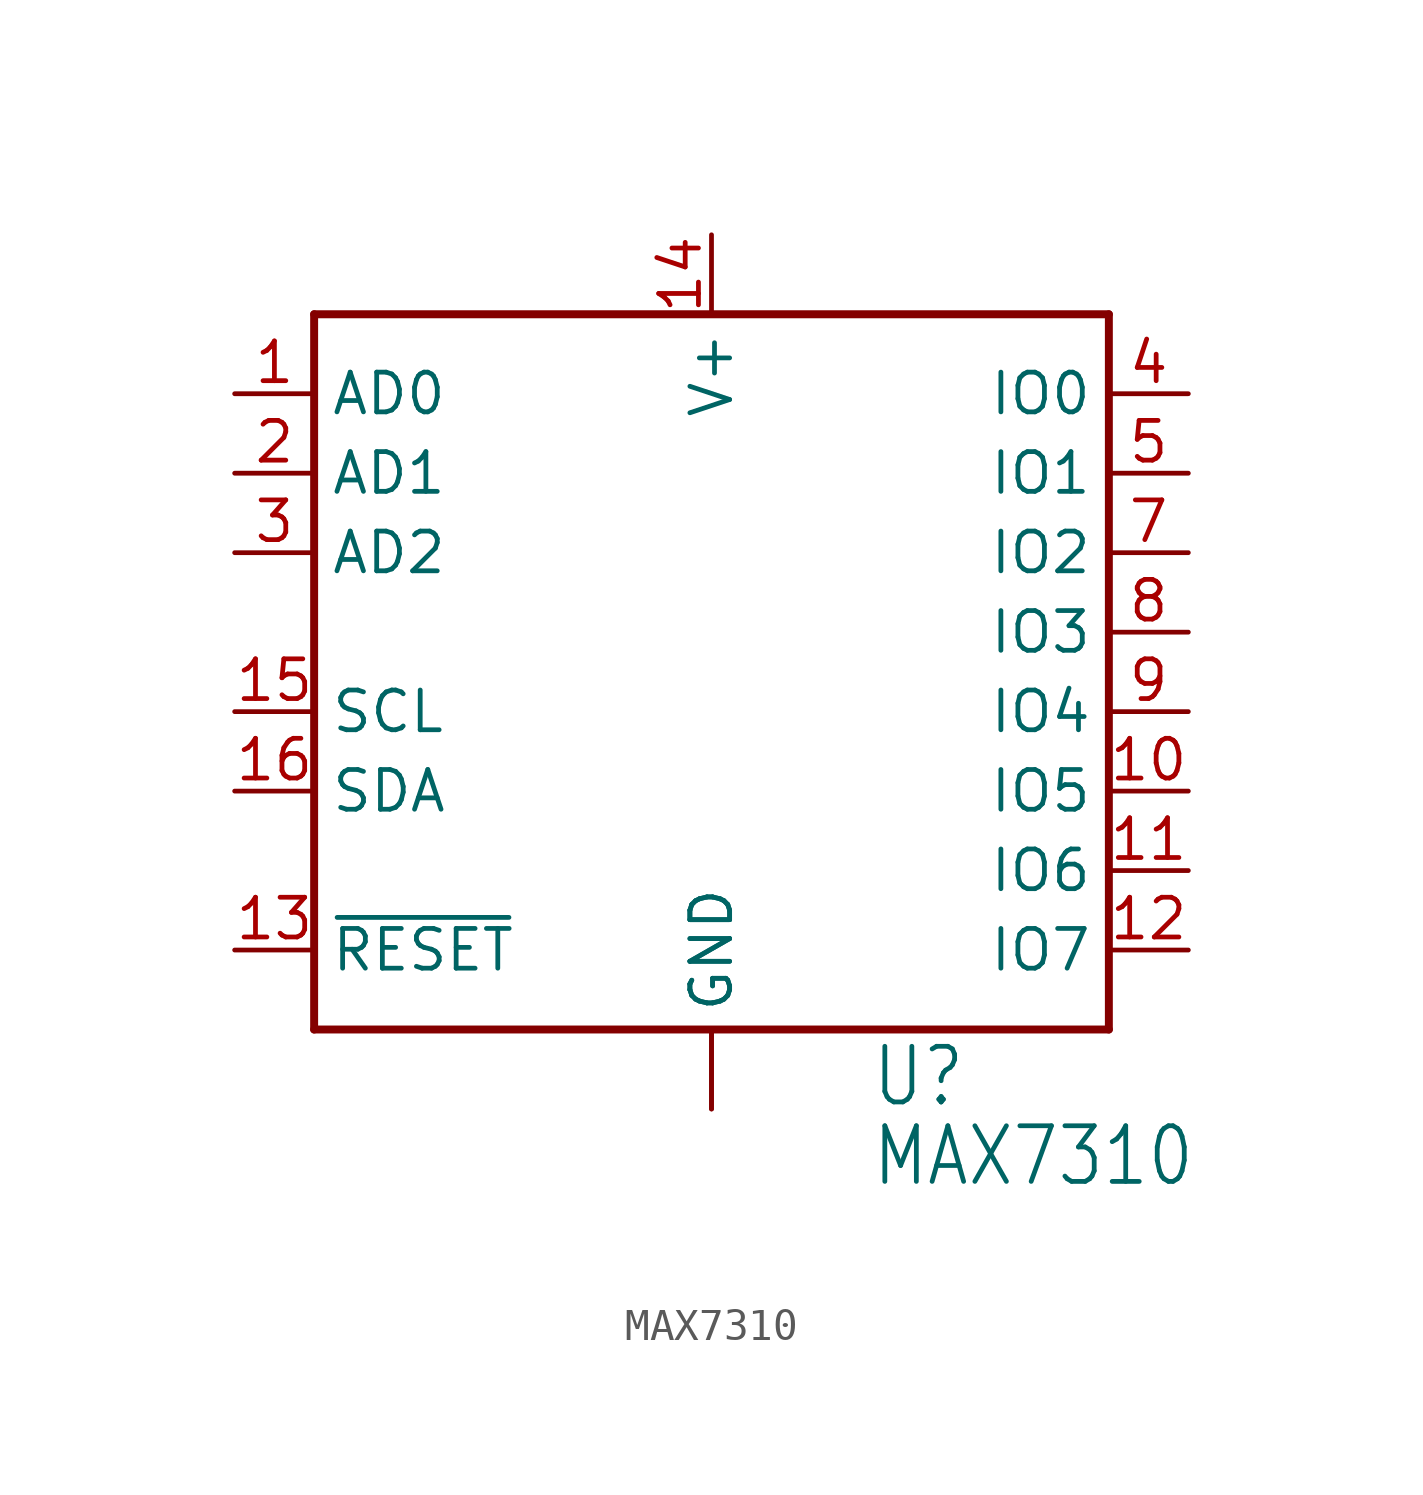
<source format=kicad_sym>
(kicad_symbol_lib
  (version 20220914)
  (generator kicad_symbol_editor)
  (symbol "MAX7310"
    (property "Reference" "U"
      (at 5.08 -15.24 0)
      (effects (font (size 1.778 1.511)) (justify left bottom)))
    (property "Value" "MAX7310"
      (at 5.08 -17.78 0)
      (effects (font (size 1.778 1.511)) (justify left bottom)))
    (property "ki_locked" ""
      (at 0 0 0)
      (effects (font (size 1.27 1.27))))
    (symbol "MAX7310_1_0"
      (polyline (pts (xy -12.7 -12.7) (xy 12.7 -12.7)) (stroke (width 0.254) (type default)) (fill (type none)))
      (polyline (pts (xy -12.7 10.16) (xy -12.7 -12.7)) (stroke (width 0.254) (type default)) (fill (type none)))
      (polyline (pts (xy 12.7 -12.7) (xy 12.7 10.16)) (stroke (width 0.254) (type default)) (fill (type none)))
      (polyline (pts (xy 12.7 10.16) (xy -12.7 10.16)) (stroke (width 0.254) (type default)) (fill (type none)))
      (pin input line (at -15.24 7.62 0) (length 2.54) (name "AD0" (effects (font (size 1.27 1.27)))) (number "1" (effects (font (size 1.27 1.27)))))
      (pin bidirectional line (at 15.24 -5.08 180) (length 2.54) (name "IO5" (effects (font (size 1.27 1.27)))) (number "10" (effects (font (size 1.27 1.27)))))
      (pin bidirectional line (at 15.24 -7.62 180) (length 2.54) (name "IO6" (effects (font (size 1.27 1.27)))) (number "11" (effects (font (size 1.27 1.27)))))
      (pin bidirectional line (at 15.24 -10.16 180) (length 2.54) (name "IO7" (effects (font (size 1.27 1.27)))) (number "12" (effects (font (size 1.27 1.27)))))
      (pin input line (at -15.24 -10.16 0) (length 2.54) (name "~{RESET}" (effects (font (size 1.27 1.27)))) (number "13" (effects (font (size 1.27 1.27)))))
      (pin power_in line (at 0 12.7 270) (length 2.54) (name "V+" (effects (font (size 1.27 1.27)))) (number "14" (effects (font (size 1.27 1.27)))))
      (pin input line (at -15.24 -2.54 0) (length 2.54) (name "SCL" (effects (font (size 1.27 1.27)))) (number "15" (effects (font (size 1.27 1.27)))))
      (pin bidirectional line (at -15.24 -5.08 0) (length 2.54) (name "SDA" (effects (font (size 1.27 1.27)))) (number "16" (effects (font (size 1.27 1.27)))))
      (pin input line (at -15.24 5.08 0) (length 2.54) (name "AD1" (effects (font (size 1.27 1.27)))) (number "2" (effects (font (size 1.27 1.27)))))
      (pin input line (at -15.24 2.54 0) (length 2.54) (name "AD2" (effects (font (size 1.27 1.27)))) (number "3" (effects (font (size 1.27 1.27)))))
      (pin bidirectional line (at 15.24 7.62 180) (length 2.54) (name "IO0" (effects (font (size 1.27 1.27)))) (number "4" (effects (font (size 1.27 1.27)))))
      (pin bidirectional line (at 15.24 5.08 180) (length 2.54) (name "IO1" (effects (font (size 1.27 1.27)))) (number "5" (effects (font (size 1.27 1.27)))))
      (pin power_in line (at 0 -15.24 90) (length 2.54) (name "GND" (effects (font (size 1.27 1.27)))) (number "6" (effects (font (size 0 0)))))
      (pin bidirectional line (at 15.24 2.54 180) (length 2.54) (name "IO2" (effects (font (size 1.27 1.27)))) (number "7" (effects (font (size 1.27 1.27)))))
      (pin bidirectional line (at 15.24 0 180) (length 2.54) (name "IO3" (effects (font (size 1.27 1.27)))) (number "8" (effects (font (size 1.27 1.27)))))
      (pin bidirectional line (at 15.24 -2.54 180) (length 2.54) (name "IO4" (effects (font (size 1.27 1.27)))) (number "9" (effects (font (size 1.27 1.27)))))
      (pin power_in line (at 0 -15.24 90) (length 2.54) (name "GND" (effects (font (size 1.27 1.27)))) (number "EPAD" (effects (font (size 0 0))))))))
</source>
